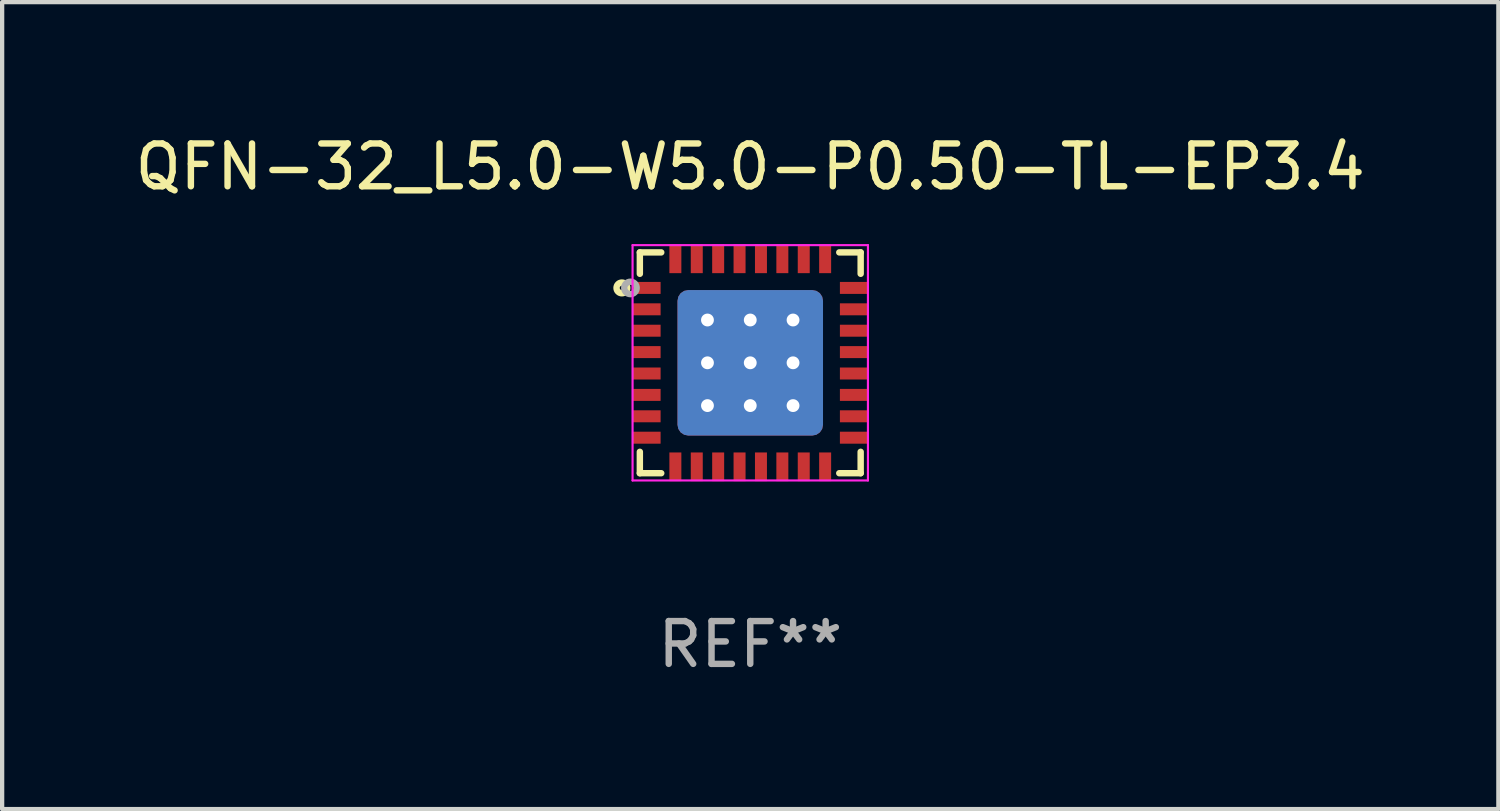
<source format=kicad_pcb>
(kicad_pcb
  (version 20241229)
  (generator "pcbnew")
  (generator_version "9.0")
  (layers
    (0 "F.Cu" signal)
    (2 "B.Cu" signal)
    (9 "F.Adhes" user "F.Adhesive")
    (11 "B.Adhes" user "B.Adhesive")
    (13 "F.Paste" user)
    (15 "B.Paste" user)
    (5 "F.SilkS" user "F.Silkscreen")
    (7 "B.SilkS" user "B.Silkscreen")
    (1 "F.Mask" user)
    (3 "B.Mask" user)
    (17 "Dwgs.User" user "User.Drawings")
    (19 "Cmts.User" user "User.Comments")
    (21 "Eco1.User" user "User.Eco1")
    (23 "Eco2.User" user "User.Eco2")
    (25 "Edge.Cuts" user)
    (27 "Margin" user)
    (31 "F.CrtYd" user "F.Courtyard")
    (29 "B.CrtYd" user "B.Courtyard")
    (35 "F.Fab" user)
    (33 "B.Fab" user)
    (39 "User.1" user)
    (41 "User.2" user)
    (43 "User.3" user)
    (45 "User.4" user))
  (footprint "QFN-32_L5.0-W5.0-P0.50-TL-EP3.4"
    (layer "F.Cu")
    (at 14.482 5.428)
    (property "Reference" "QFN-32_L5.0-W5.0-P0.50-TL-EP3.4" (at 0 -4.58 0) (layer "F.SilkS") (effects (font (size 1 1) (thickness 0.15))))
    (attr through_hole)
    (fp_line (start -2.58 -2.58) (end -2.58 -2.08) (stroke (width 0.15) (type solid)) (layer "F.SilkS"))
    (fp_line (start -2.58 2.58) (end -2.58 2.08) (stroke (width 0.15) (type solid)) (layer "F.SilkS"))
    (fp_line (start -2.08 -2.58) (end -2.58 -2.58) (stroke (width 0.15) (type solid)) (layer "F.SilkS"))
    (fp_line (start -2.08 2.58) (end -2.58 2.58) (stroke (width 0.15) (type solid)) (layer "F.SilkS"))
    (fp_line (start 2.08 -2.58) (end 2.58 -2.58) (stroke (width 0.15) (type solid)) (layer "F.SilkS"))
    (fp_line (start 2.08 2.58) (end 2.58 2.58) (stroke (width 0.15) (type solid)) (layer "F.SilkS"))
    (fp_line (start 2.58 -2.58) (end 2.58 -2.08) (stroke (width 0.15) (type solid)) (layer "F.SilkS"))
    (fp_line (start 2.58 2.58) (end 2.58 2.08) (stroke (width 0.15) (type solid)) (layer "F.SilkS"))
    (fp_circle (center -3 -1.75) (end -2.95 -1.75) (stroke (width 0.15) (type solid)) (fill no) (layer "F.SilkS"))
    (fp_line (start -2.75 -2.75) (end 2.75 -2.75) (stroke (width 0.05) (type default)) (layer "F.CrtYd"))
    (fp_line (start -2.75 2.75) (end -2.75 -2.75) (stroke (width 0.05) (type default)) (layer "F.CrtYd"))
    (fp_line (start 2.75 -2.75) (end 2.75 2.75) (stroke (width 0.05) (type default)) (layer "F.CrtYd"))
    (fp_line (start 2.75 2.75) (end -2.75 2.75) (stroke (width 0.05) (type default)) (layer "F.CrtYd"))
    (fp_circle (center -2.8 -1.75) (end -2.73 -1.75) (stroke (width 0.15) (type solid)) (fill no) (layer "F.Fab"))
    (fp_text user "REF**" (at 0 6.58 0) (layer "F.Fab") (effects (font (size 1 1) (thickness 0.15))))
    (pad "1" smd rect (at -2.43 -1.75) (size 0.67 0.28) (layers "F.Cu" "F.Mask" "F.Paste"))
    (pad "2" smd rect (at -2.43 -1.25) (size 0.67 0.28) (layers "F.Cu" "F.Mask" "F.Paste"))
    (pad "3" smd rect (at -2.43 -0.75) (size 0.67 0.28) (layers "F.Cu" "F.Mask" "F.Paste"))
    (pad "4" smd rect (at -2.43 -0.25) (size 0.67 0.28) (layers "F.Cu" "F.Mask" "F.Paste"))
    (pad "5" smd rect (at -2.43 0.25) (size 0.67 0.28) (layers "F.Cu" "F.Mask" "F.Paste"))
    (pad "6" smd rect (at -2.43 0.75) (size 0.67 0.28) (layers "F.Cu" "F.Mask" "F.Paste"))
    (pad "7" smd rect (at -2.43 1.25) (size 0.67 0.28) (layers "F.Cu" "F.Mask" "F.Paste"))
    (pad "8" smd rect (at -2.43 1.75) (size 0.67 0.28) (layers "F.Cu" "F.Mask" "F.Paste"))
    (pad "9" smd rect (at -1.75 2.43) (size 0.28 0.67) (layers "F.Cu" "F.Mask" "F.Paste"))
    (pad "10" smd rect (at -1.25 2.43) (size 0.28 0.67) (layers "F.Cu" "F.Mask" "F.Paste"))
    (pad "11" smd rect (at -0.75 2.43) (size 0.28 0.67) (layers "F.Cu" "F.Mask" "F.Paste"))
    (pad "12" smd rect (at -0.25 2.43) (size 0.28 0.67) (layers "F.Cu" "F.Mask" "F.Paste"))
    (pad "13" smd rect (at 0.25 2.43) (size 0.28 0.67) (layers "F.Cu" "F.Mask" "F.Paste"))
    (pad "14" smd rect (at 0.75 2.43) (size 0.28 0.67) (layers "F.Cu" "F.Mask" "F.Paste"))
    (pad "15" smd rect (at 1.25 2.43) (size 0.28 0.67) (layers "F.Cu" "F.Mask" "F.Paste"))
    (pad "16" smd rect (at 1.75 2.43) (size 0.28 0.67) (layers "F.Cu" "F.Mask" "F.Paste"))
    (pad "17" smd rect (at 2.43 1.75) (size 0.67 0.28) (layers "F.Cu" "F.Mask" "F.Paste"))
    (pad "18" smd rect (at 2.43 1.25) (size 0.67 0.28) (layers "F.Cu" "F.Mask" "F.Paste"))
    (pad "19" smd rect (at 2.43 0.75) (size 0.67 0.28) (layers "F.Cu" "F.Mask" "F.Paste"))
    (pad "20" smd rect (at 2.43 0.25) (size 0.67 0.28) (layers "F.Cu" "F.Mask" "F.Paste"))
    (pad "21" smd rect (at 2.43 -0.25) (size 0.67 0.28) (layers "F.Cu" "F.Mask" "F.Paste"))
    (pad "22" smd rect (at 2.43 -0.75) (size 0.67 0.28) (layers "F.Cu" "F.Mask" "F.Paste"))
    (pad "23" smd rect (at 2.43 -1.25) (size 0.67 0.28) (layers "F.Cu" "F.Mask" "F.Paste"))
    (pad "24" smd rect (at 2.43 -1.75) (size 0.67 0.28) (layers "F.Cu" "F.Mask" "F.Paste"))
    (pad "25" smd rect (at 1.75 -2.43) (size 0.28 0.67) (layers "F.Cu" "F.Mask" "F.Paste"))
    (pad "26" smd rect (at 1.25 -2.43) (size 0.28 0.67) (layers "F.Cu" "F.Mask" "F.Paste"))
    (pad "27" smd rect (at 0.75 -2.43) (size 0.28 0.67) (layers "F.Cu" "F.Mask" "F.Paste"))
    (pad "28" smd rect (at 0.25 -2.43) (size 0.28 0.67) (layers "F.Cu" "F.Mask" "F.Paste"))
    (pad "29" smd rect (at -0.25 -2.43) (size 0.28 0.67) (layers "F.Cu" "F.Mask" "F.Paste"))
    (pad "30" smd rect (at -0.75 -2.43) (size 0.28 0.67) (layers "F.Cu" "F.Mask" "F.Paste"))
    (pad "31" smd rect (at -1.25 -2.43) (size 0.28 0.67) (layers "F.Cu" "F.Mask" "F.Paste"))
    (pad "32" smd rect (at -1.75 -2.43) (size 0.28 0.67) (layers "F.Cu" "F.Mask" "F.Paste"))
    (pad "33" thru_hole circle (at -1 -1) (size 0.5 0.5) (drill 0.3) (layers "*.Cu" "F.Mask"))
    (pad "33" thru_hole circle (at -1 0) (size 0.5 0.5) (drill 0.3) (layers "*.Cu" "F.Mask"))
    (pad "33" thru_hole circle (at -1 1) (size 0.5 0.5) (drill 0.3) (layers "*.Cu" "F.Mask"))
    (pad "33" thru_hole circle (at 0 -1) (size 0.5 0.5) (drill 0.3) (layers "*.Cu" "F.Mask"))
    (pad "33" thru_hole circle (at 0 0) (size 0.5 0.5) (drill 0.3) (layers "*.Cu" "F.Mask"))
    (pad "33" smd roundrect (at 0 0) (size 3.4 3.4) (layers "F.Cu" "F.Mask" "F.Paste") (roundrect_rratio 0.074))
    (pad "33" smd roundrect (at 0 0) (size 3.4 3.4) (layers "B.Cu") (roundrect_rratio 0.074))
    (pad "33" thru_hole circle (at 0 1) (size 0.5 0.5) (drill 0.3) (layers "*.Cu" "F.Mask"))
    (pad "33" thru_hole circle (at 1 -1) (size 0.5 0.5) (drill 0.3) (layers "*.Cu" "F.Mask"))
    (pad "33" thru_hole circle (at 1 0) (size 0.5 0.5) (drill 0.3) (layers "*.Cu" "F.Mask"))
    (pad "33" thru_hole circle (at 1 1) (size 0.5 0.5) (drill 0.3) (layers "*.Cu" "F.Mask")))
  (gr_rect
    (start -3 -3)
    (end 31.964 15.857)
    (stroke (width 0.1) (type default))
    (fill no)
    (layer "Edge.Cuts")))
</source>
